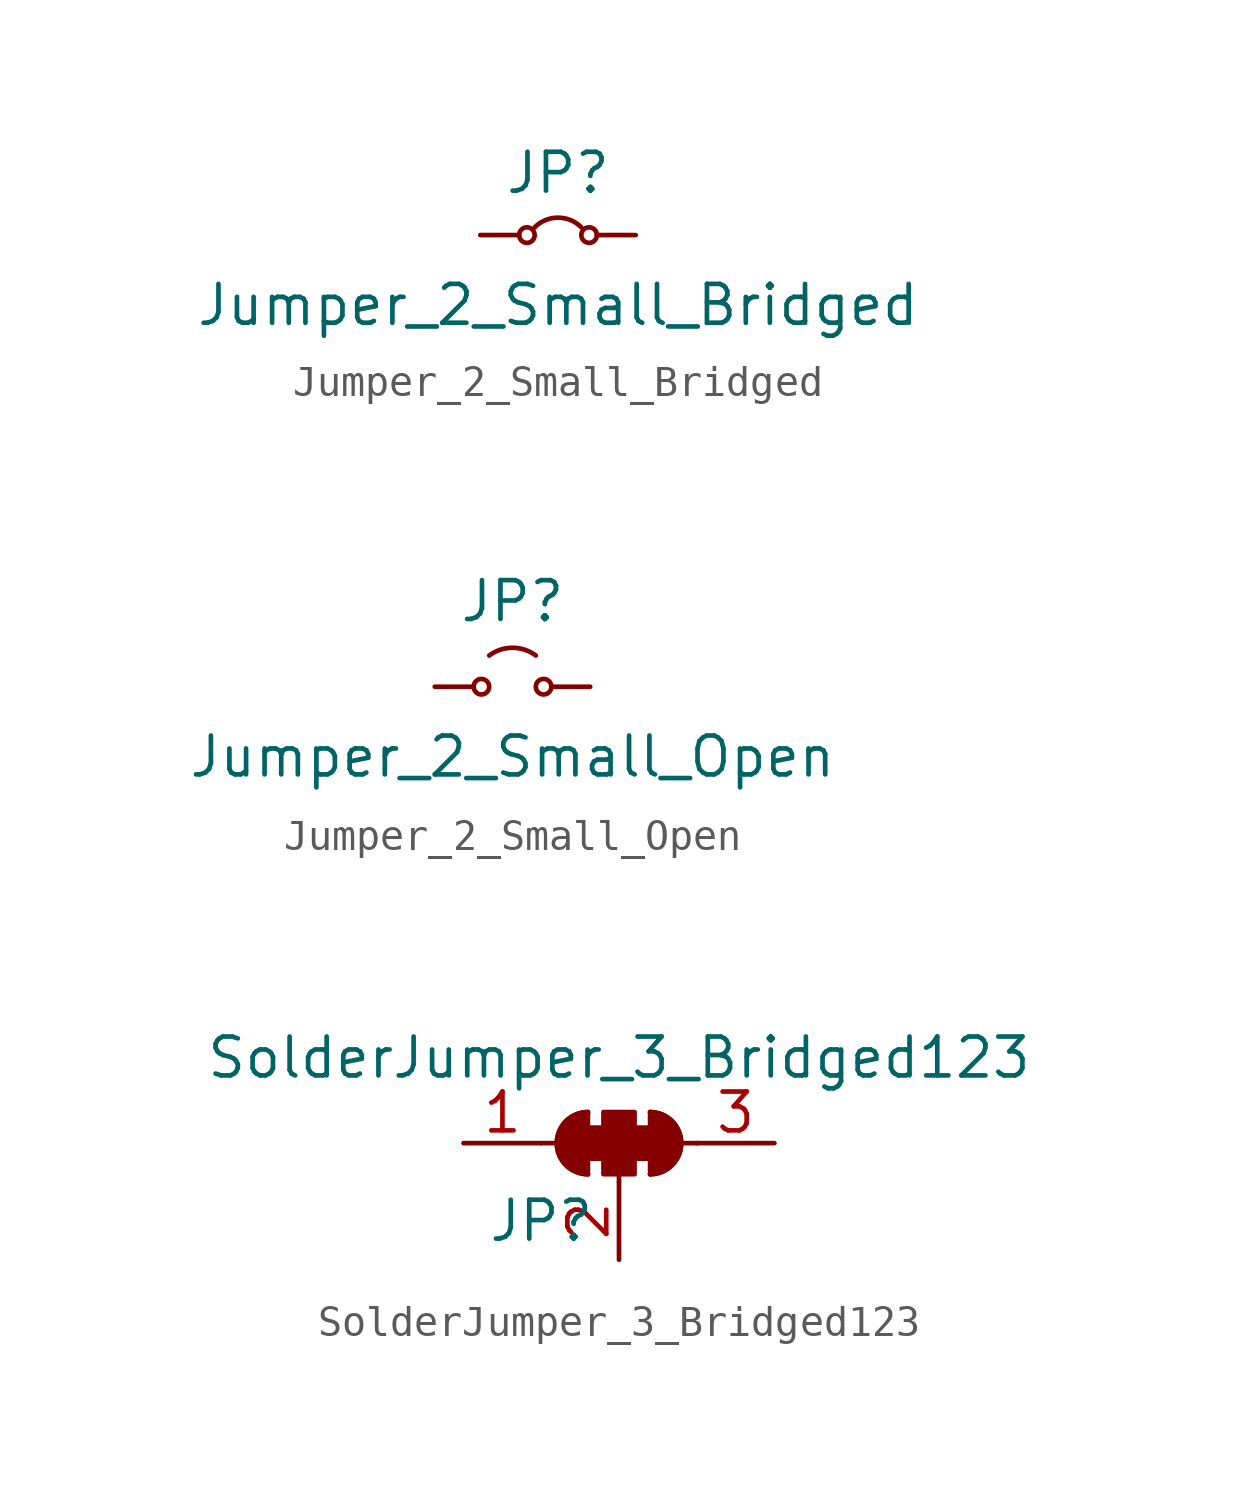
<source format=kicad_sym>
(kicad_symbol_lib
  (version 20241209)
  (generator "kicad_symbol_editor")
  (generator_version "9.0")
  (symbol "Jumper_2_Small_Bridged"
    (pin_numbers
      (hide yes))
    (pin_names
      (offset 0)
      (hide yes))
    (property "Reference" "JP"
      (at 0 2.032 0)
      (effects (font (size 1.27 1.27))))
    (property "Value" "Jumper_2_Small_Bridged"
      (at 0 -2.286 0)
      (effects (font (size 1.27 1.27))))
    (symbol "Jumper_2_Small_Bridged_0_0"
      (circle (center -1.016 0) (radius 0.254) (stroke (width 0) (type default)) (fill (type none)))
      (circle (center 1.016 0) (radius 0.254) (stroke (width 0) (type default)) (fill (type none))))
    (symbol "Jumper_2_Small_Bridged_0_1"
      (arc (start -0.762 0.254) (mid 0 0.5696) (end 0.762 0.254) (stroke (width 0) (type default)) (fill (type none))))
    (symbol "Jumper_2_Small_Bridged_1_1"
      (pin passive line (at -2.54 0 0) (length 1.27) (name "A" (effects (font (size 1.27 1.27)))) (number "1" (effects (font (size 1.27 1.27)))))
      (pin passive line (at 2.54 0 180) (length 1.27) (name "B" (effects (font (size 1.27 1.27)))) (number "2" (effects (font (size 1.27 1.27)))))))
  (symbol "Jumper_2_Small_Open"
    (pin_numbers
      (hide yes))
    (pin_names
      (offset 0)
      (hide yes))
    (property "Reference" "JP"
      (at 0 2.794 0)
      (effects (font (size 1.27 1.27))))
    (property "Value" "Jumper_2_Small_Open"
      (at 0 -2.286 0)
      (effects (font (size 1.27 1.27))))
    (symbol "Jumper_2_Small_Open_0_0"
      (circle (center -1.016 0) (radius 0.254) (stroke (width 0) (type default)) (fill (type none)))
      (circle (center 1.016 0) (radius 0.254) (stroke (width 0) (type default)) (fill (type none))))
    (symbol "Jumper_2_Small_Open_0_1"
      (arc (start -0.762 1.0196) (mid 0 1.2729) (end 0.762 1.0196) (stroke (width 0) (type default)) (fill (type none))))
    (symbol "Jumper_2_Small_Open_1_1"
      (pin passive line (at -2.54 0 0) (length 1.27) (name "A" (effects (font (size 1.27 1.27)))) (number "1" (effects (font (size 1.27 1.27)))))
      (pin passive line (at 2.54 0 180) (length 1.27) (name "B" (effects (font (size 1.27 1.27)))) (number "2" (effects (font (size 1.27 1.27)))))))
  (symbol "SolderJumper_3_Bridged123"
    (pin_names
      (offset 0)
      (hide yes))
    (property "Reference" "JP"
      (at -2.54 -2.54 0)
      (effects (font (size 1.27 1.27))))
    (property "Value" "SolderJumper_3_Bridged123"
      (at 0 2.794 0)
      (effects (font (size 1.27 1.27))))
    (symbol "SolderJumper_3_Bridged123_0_1"
      (polyline (pts (xy -2.54 0) (xy -2.032 0)) (stroke (width 0) (type default)) (fill (type none)))
      (polyline (pts (xy -1.016 1.016) (xy -1.016 -1.016)) (stroke (width 0) (type default)) (fill (type none)))
      (rectangle (start -1.016 0.508) (end -0.508 -0.508) (stroke (width 0) (type default)) (fill (type outline)))
      (arc (start -1.016 -1.016) (mid -2.0276 0) (end -1.016 1.016) (stroke (width 0) (type default)) (fill (type none)))
      (arc (start -1.016 -1.016) (mid -2.0276 0) (end -1.016 1.016) (stroke (width 0) (type default)) (fill (type outline)))
      (rectangle (start -0.508 1.016) (end 0.508 -1.016) (stroke (width 0) (type default)) (fill (type outline)))
      (polyline (pts (xy 0 -1.27) (xy 0 -1.016)) (stroke (width 0) (type default)) (fill (type none)))
      (rectangle (start 0.508 0.508) (end 1.016 -0.508) (stroke (width 0) (type default)) (fill (type outline)))
      (arc (start 1.016 1.016) (mid 2.0276 0) (end 1.016 -1.016) (stroke (width 0) (type default)) (fill (type none)))
      (arc (start 1.016 1.016) (mid 2.0276 0) (end 1.016 -1.016) (stroke (width 0) (type default)) (fill (type outline)))
      (polyline (pts (xy 1.016 1.016) (xy 1.016 -1.016)) (stroke (width 0) (type default)) (fill (type none)))
      (polyline (pts (xy 2.54 0) (xy 2.032 0)) (stroke (width 0) (type default)) (fill (type none))))
    (symbol "SolderJumper_3_Bridged123_1_1"
      (pin passive line (at -5.08 0 0) (length 2.54) (name "A" (effects (font (size 1.27 1.27)))) (number "1" (effects (font (size 1.27 1.27)))))
      (pin passive line (at 0 -3.81 90) (length 2.54) (name "C" (effects (font (size 1.27 1.27)))) (number "2" (effects (font (size 1.27 1.27)))))
      (pin passive line (at 5.08 0 180) (length 2.54) (name "B" (effects (font (size 1.27 1.27)))) (number "3" (effects (font (size 1.27 1.27))))))))
</source>
